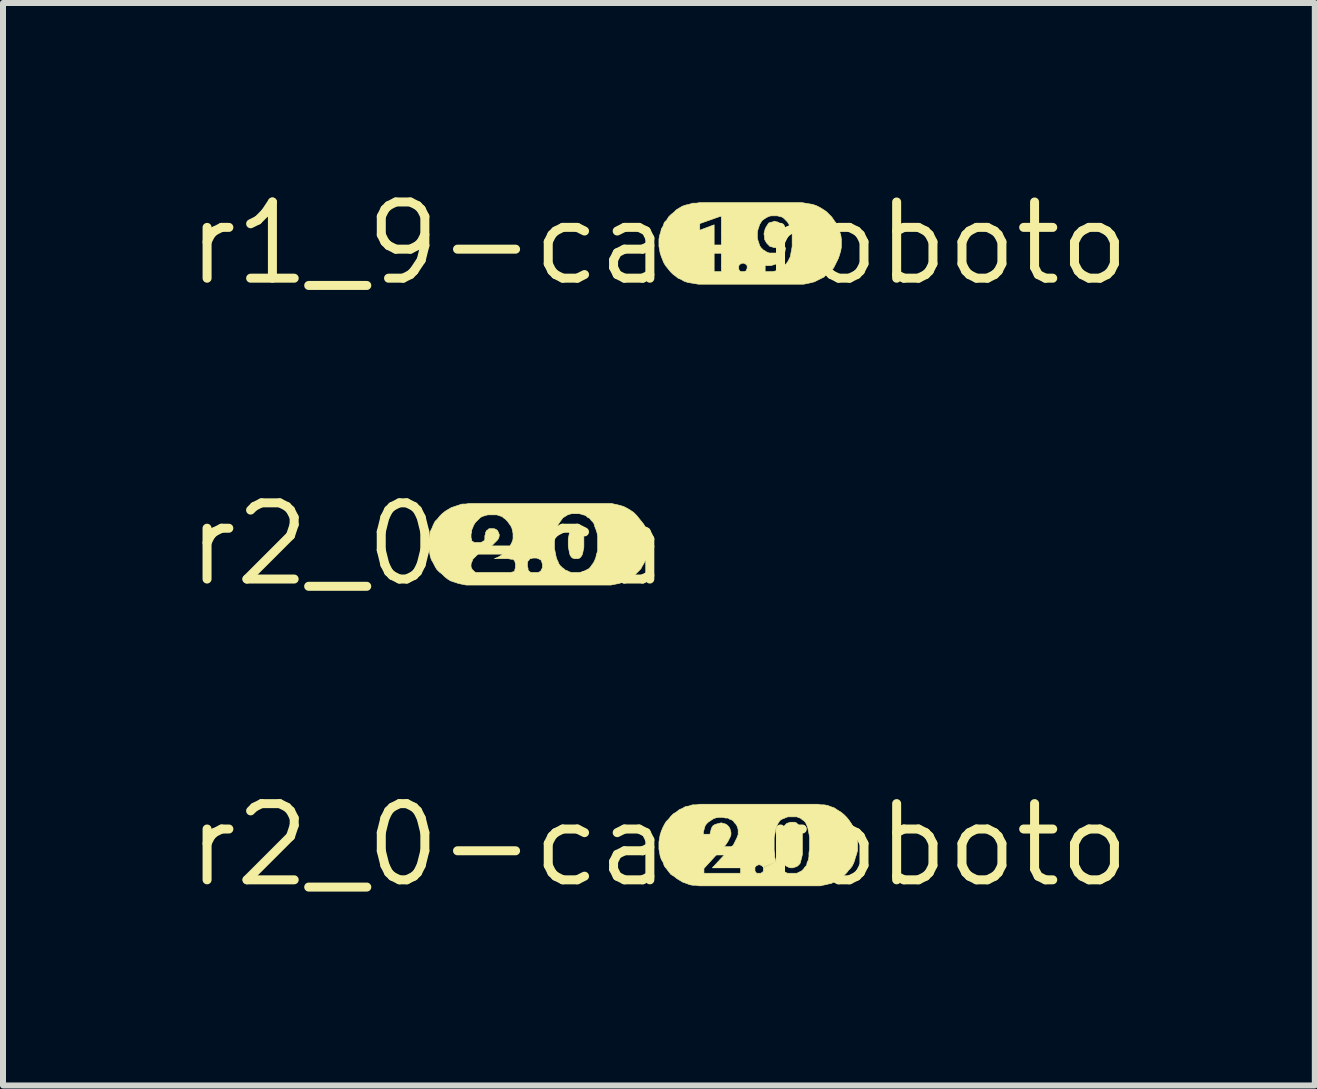
<source format=kicad_pcb>
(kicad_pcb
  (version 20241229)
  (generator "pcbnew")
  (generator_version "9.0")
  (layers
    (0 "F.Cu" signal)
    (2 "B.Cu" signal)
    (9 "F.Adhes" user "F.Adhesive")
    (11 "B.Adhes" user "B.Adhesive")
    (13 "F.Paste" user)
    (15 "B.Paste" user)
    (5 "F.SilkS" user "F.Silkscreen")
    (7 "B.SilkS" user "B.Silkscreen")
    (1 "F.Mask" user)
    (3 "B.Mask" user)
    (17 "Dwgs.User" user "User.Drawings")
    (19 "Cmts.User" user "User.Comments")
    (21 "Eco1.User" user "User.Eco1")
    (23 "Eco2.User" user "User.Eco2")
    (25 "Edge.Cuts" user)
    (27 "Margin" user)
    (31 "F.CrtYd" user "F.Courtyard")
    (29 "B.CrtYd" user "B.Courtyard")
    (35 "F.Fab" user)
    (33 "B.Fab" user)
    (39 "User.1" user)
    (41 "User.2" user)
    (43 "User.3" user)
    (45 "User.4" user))
  (footprint "r2_0-ca-roboto"
    (layer "F.Cu")
    (at 7.93 11.031)
    (property "Reference" "r2_0-ca-roboto" (at 0 0 0) (layer "F.SilkS") (effects (font (size 1.27 1.27) (thickness 0.15))))
    (attr board_only exclude_from_pos_files exclude_from_bom)
    (fp_poly (pts (xy 2.39 -0.09) (xy 2.39 -0.14) (xy 2.39 -0.19) (xy 2.38 -0.22) (xy 2.37 -0.26) (xy 2.36 -0.29) (xy 2.35 -0.31) (xy 2.33 -0.33) (xy 2.31 -0.35) (xy 2.29 -0.37) (xy 2.26 -0.38) (xy 2.22 -0.38) (xy 2.19 -0.38) (xy 2.16 -0.37) (xy 2.13 -0.36) (xy 2.11 -0.34) (xy 2.09 -0.32) (xy 2.07 -0.29) (xy 2.06 -0.26) (xy 2.05 -0.22) (xy 2.04 -0.18) (xy 2.04 -0.11) (xy 2.04 0.09) (xy 2.04 0.14) (xy 2.04 0.19) (xy 2.05 0.22) (xy 2.06 0.26) (xy 2.07 0.28) (xy 2.08 0.31) (xy 2.1 0.33) (xy 2.12 0.35) (xy 2.14 0.36) (xy 2.16 0.37) (xy 2.19 0.38) (xy 2.23 0.38) (xy 2.26 0.37) (xy 2.29 0.36) (xy 2.31 0.35) (xy 2.33 0.33) (xy 2.35 0.31) (xy 2.36 0.28) (xy 2.37 0.24) (xy 2.38 0.2) (xy 2.39 0.16) (xy 2.39 0.09) (xy 2.39 -0.09)) (stroke (width 0.01) (type solid)) (fill yes) (layer "F.SilkS"))
    (fp_poly (pts (xy 0.68 -0.68) (xy 0.62 -0.67) (xy 0.56 -0.67) (xy 0.5 -0.65) (xy 0.44 -0.64) (xy 0.39 -0.61) (xy 0.34 -0.59) (xy 0.29 -0.55) (xy 0.24 -0.52) (xy 0.2 -0.48) (xy 0.16 -0.43) (xy 0.12 -0.39) (xy 0.09 -0.34) (xy 0.06 -0.28) (xy 0.04 -0.23) (xy 0.02 -0.17) (xy 0.01 -0.11) (xy 0 -0.05) (xy 0 0.01) (xy 0 0.07) (xy 0.01 0.12) (xy 0.02 0.18) (xy 0.04 0.24) (xy 0.07 0.29) (xy 0.09 0.35) (xy 0.13 0.4) (xy 0.16 0.44) (xy 0.2 0.49) (xy 0.25 0.52) (xy 0.3 0.56) (xy 0.35 0.59) (xy 0.4 0.62) (xy 0.46 0.64) (xy 0.51 0.66) (xy 0.56 0.67) (xy 0.61 0.67) (xy 0.67 0.68) (xy 0.75 0.47) (xy 0.75 0.39) (xy 1.08 0.03) (xy 1.11 0) (xy 1.15 -0.06) (xy 1.17 -0.1) (xy 1.19 -0.14) (xy 1.2 -0.17) (xy 1.2 -0.21) (xy 1.19 -0.25) (xy 1.18 -0.28) (xy 1.16 -0.31) (xy 1.14 -0.33) (xy 1.11 -0.35) (xy 1.07 -0.36) (xy 1.04 -0.37) (xy 1 -0.36) (xy 0.96 -0.35) (xy 0.93 -0.34) (xy 0.9 -0.32) (xy 0.88 -0.29) (xy 0.87 -0.26) (xy 0.86 -0.22) (xy 0.85 -0.18) (xy 0.74 -0.18) (xy 0.74 -0.22) (xy 0.75 -0.25) (xy 0.76 -0.29) (xy 0.77 -0.32) (xy 0.79 -0.35) (xy 0.82 -0.38) (xy 0.85 -0.4) (xy 0.88 -0.42) (xy 0.91 -0.44) (xy 0.94 -0.45) (xy 0.98 -0.46) (xy 1.02 -0.46) (xy 1.07 -0.46) (xy 1.11 -0.45) (xy 1.15 -0.45) (xy 1.18 -0.43) (xy 1.21 -0.42) (xy 1.24 -0.4) (xy 1.26 -0.37) (xy 1.28 -0.35) (xy 1.3 -0.32) (xy 1.31 -0.29) (xy 1.32 -0.26) (xy 1.32 -0.22) (xy 1.32 -0.2) (xy 1.32 -0.17) (xy 1.31 -0.15) (xy 1.3 -0.12) (xy 1.27 -0.06) (xy 1.24 0) (xy 1.2 0.04) (xy 1.16 0.09) (xy 0.89 0.38) (xy 1.36 0.38) (xy 1.6 0.39) (xy 1.6 0.37) (xy 1.61 0.36) (xy 1.62 0.35) (xy 1.63 0.34) (xy 1.64 0.34) (xy 1.65 0.33) (xy 1.67 0.33) (xy 1.69 0.33) (xy 1.7 0.34) (xy 1.71 0.34) (xy 1.72 0.35) (xy 1.73 0.36) (xy 1.74 0.37) (xy 1.95 0.28) (xy 1.94 0.24) (xy 1.93 0.2) (xy 1.93 0.15) (xy 1.92 0.09) (xy 1.92 -0.12) (xy 1.93 -0.17) (xy 1.94 -0.23) (xy 1.95 -0.28) (xy 1.97 -0.33) (xy 1.99 -0.37) (xy 2.01 -0.4) (xy 2.03 -0.42) (xy 2.05 -0.43) (xy 2.07 -0.44) (xy 2.1 -0.45) (xy 2.12 -0.46) (xy 2.15 -0.47) (xy 2.18 -0.47) (xy 2.21 -0.47) (xy 2.24 -0.47) (xy 2.27 -0.47) (xy 2.3 -0.47) (xy 2.32 -0.46) (xy 2.35 -0.45) (xy 2.37 -0.44) (xy 2.39 -0.42) (xy 2.41 -0.41) (xy 2.44 -0.38) (xy 2.46 -0.34) (xy 2.48 -0.29) (xy 2.49 -0.24) (xy 2.5 -0.19) (xy 2.51 -0.13) (xy 2.51 0.07) (xy 2.5 0.13) (xy 2.5 0.19) (xy 2.49 0.25) (xy 2.47 0.29) (xy 2.46 0.34) (xy 2.43 0.37) (xy 2.41 0.4) (xy 2.38 0.43) (xy 2.36 0.44) (xy 2.34 0.45) (xy 2.3 0.47) (xy 2.25 0.47) (xy 2.19 0.47) (xy 2.14 0.47) (xy 2.1 0.45) (xy 2.06 0.43) (xy 2.02 0.41) (xy 2 0.38) (xy 1.98 0.35) (xy 1.96 0.32) (xy 1.95 0.28) (xy 1.74 0.38) (xy 1.74 0.39) (xy 1.74 0.41) (xy 1.74 0.42) (xy 1.74 0.43) (xy 1.73 0.45) (xy 1.72 0.46) (xy 1.71 0.46) (xy 1.7 0.47) (xy 1.69 0.47) (xy 1.67 0.47) (xy 1.65 0.47) (xy 1.64 0.47) (xy 1.63 0.47) (xy 1.62 0.46) (xy 1.61 0.45) (xy 1.6 0.43) (xy 1.6 0.42) (xy 1.6 0.41) (xy 1.6 0.39) (xy 1.36 0.38) (xy 1.36 0.47) (xy 0.75 0.47) (xy 0.67 0.68) (xy 2.64 0.68) (xy 2.69 0.68) (xy 2.73 0.67) (xy 2.78 0.66) (xy 2.82 0.65) (xy 2.87 0.64) (xy 2.91 0.62) (xy 2.95 0.6) (xy 2.99 0.58) (xy 3.03 0.55) (xy 3.07 0.52) (xy 3.1 0.49) (xy 3.13 0.46) (xy 3.16 0.42) (xy 3.19 0.39) (xy 3.22 0.35) (xy 3.24 0.31) (xy 3.26 0.26) (xy 3.27 0.22) (xy 3.29 0.16) (xy 3.31 0.09) (xy 3.31 0.03) (xy 3.31 -0.04) (xy 3.3 -0.11) (xy 3.29 -0.17) (xy 3.27 -0.23) (xy 3.24 -0.3) (xy 3.21 -0.35) (xy 3.17 -0.41) (xy 3.13 -0.46) (xy 3.08 -0.51) (xy 3.03 -0.55) (xy 2.98 -0.58) (xy 2.92 -0.62) (xy 2.86 -0.64) (xy 2.81 -0.66) (xy 2.75 -0.67) (xy 2.7 -0.67) (xy 2.65 -0.68) (xy 0.68 -0.68)) (stroke (width 0.01) (type solid)) (fill yes) (layer "F.SilkS")))
  (footprint "r1_9-ca-roboto"
    (layer "F.Cu")
    (at 7.93 1.006)
    (property "Reference" "r1_9-ca-roboto" (at 0 0 0) (layer "F.SilkS") (effects (font (size 1.27 1.27) (thickness 0.15))))
    (attr board_only exclude_from_pos_files exclude_from_bom)
    (fp_poly (pts (xy 1.92 0.07) (xy 1.95 0.07) (xy 1.98 0.06) (xy 2.01 0.05) (xy 2.03 0.03) (xy 2.06 0.01) (xy 2.08 -0.01) (xy 2.09 -0.03) (xy 2.11 -0.06) (xy 2.11 -0.13) (xy 2.1 -0.18) (xy 2.09 -0.23) (xy 2.07 -0.27) (xy 2.06 -0.29) (xy 2.04 -0.31) (xy 2.03 -0.33) (xy 2.01 -0.34) (xy 1.99 -0.35) (xy 1.97 -0.36) (xy 1.95 -0.36) (xy 1.93 -0.37) (xy 1.9 -0.36) (xy 1.86 -0.35) (xy 1.83 -0.34) (xy 1.81 -0.31) (xy 1.79 -0.28) (xy 1.77 -0.24) (xy 1.76 -0.2) (xy 1.75 -0.16) (xy 1.76 -0.11) (xy 1.76 -0.07) (xy 1.78 -0.03) (xy 1.8 0) (xy 1.83 0.03) (xy 1.85 0.05) (xy 1.89 0.06) (xy 1.92 0.07)) (stroke (width 0.01) (type solid)) (fill yes) (layer "F.SilkS"))
    (fp_poly (pts (xy 0.68 -0.68) (xy 0.62 -0.67) (xy 0.56 -0.67) (xy 0.5 -0.65) (xy 0.45 -0.64) (xy 0.39 -0.62) (xy 0.34 -0.59) (xy 0.29 -0.56) (xy 0.25 -0.52) (xy 0.2 -0.48) (xy 0.16 -0.44) (xy 0.13 -0.39) (xy 0.09 -0.35) (xy 0.07 -0.29) (xy 0.04 -0.24) (xy 0.03 -0.19) (xy 0.01 -0.13) (xy 0 -0.07) (xy 0 -0.01) (xy 0 0.05) (xy 0.01 0.1) (xy 0.02 0.16) (xy 0.04 0.22) (xy 0.06 0.27) (xy 0.08 0.32) (xy 0.11 0.37) (xy 0.15 0.42) (xy 0.19 0.47) (xy 0.23 0.51) (xy 0.27 0.54) (xy 0.32 0.58) (xy 0.37 0.6) (xy 0.42 0.63) (xy 0.48 0.65) (xy 0.54 0.66) (xy 0.6 0.67) (xy 0.66 0.68) (xy 0.92 0.47) (xy 0.92 -0.31) (xy 0.68 -0.22) (xy 0.68 -0.33) (xy 1.02 -0.45) (xy 1.04 -0.45) (xy 1.04 0.47) (xy 1.33 0.42) (xy 1.33 0.41) (xy 1.33 0.39) (xy 1.33 0.37) (xy 1.34 0.36) (xy 1.35 0.35) (xy 1.36 0.34) (xy 1.37 0.34) (xy 1.38 0.33) (xy 1.4 0.33) (xy 1.42 0.33) (xy 1.43 0.34) (xy 1.44 0.34) (xy 1.45 0.35) (xy 1.46 0.36) (xy 1.47 0.37) (xy 1.47 0.39) (xy 1.78 0.37) (xy 1.82 0.37) (xy 1.86 0.37) (xy 1.9 0.36) (xy 1.93 0.35) (xy 1.96 0.34) (xy 1.99 0.32) (xy 2.02 0.3) (xy 2.04 0.28) (xy 2.05 0.26) (xy 2.07 0.24) (xy 2.08 0.21) (xy 2.09 0.19) (xy 2.1 0.13) (xy 2.11 0.07) (xy 2.08 0.09) (xy 2.06 0.11) (xy 2.03 0.13) (xy 2 0.14) (xy 1.98 0.15) (xy 1.95 0.16) (xy 1.93 0.16) (xy 1.9 0.16) (xy 1.87 0.16) (xy 1.84 0.16) (xy 1.81 0.15) (xy 1.79 0.14) (xy 1.76 0.12) (xy 1.74 0.11) (xy 1.72 0.09) (xy 1.7 0.07) (xy 1.68 0.04) (xy 1.67 0.01) (xy 1.66 -0.02) (xy 1.65 -0.05) (xy 1.64 -0.09) (xy 1.64 -0.12) (xy 1.64 -0.16) (xy 1.64 -0.19) (xy 1.65 -0.23) (xy 1.66 -0.26) (xy 1.67 -0.29) (xy 1.68 -0.32) (xy 1.7 -0.35) (xy 1.71 -0.37) (xy 1.73 -0.39) (xy 1.76 -0.41) (xy 1.79 -0.43) (xy 1.83 -0.45) (xy 1.87 -0.46) (xy 1.92 -0.46) (xy 1.97 -0.46) (xy 2.01 -0.45) (xy 2.05 -0.44) (xy 2.08 -0.42) (xy 2.11 -0.39) (xy 2.14 -0.36) (xy 2.16 -0.33) (xy 2.18 -0.29) (xy 2.2 -0.25) (xy 2.21 -0.2) (xy 2.22 -0.15) (xy 2.22 -0.1) (xy 2.22 -0.02) (xy 2.22 0.05) (xy 2.21 0.11) (xy 2.2 0.16) (xy 2.19 0.22) (xy 2.17 0.26) (xy 2.15 0.3) (xy 2.12 0.34) (xy 2.09 0.37) (xy 2.06 0.4) (xy 2.02 0.42) (xy 1.98 0.44) (xy 1.94 0.46) (xy 1.89 0.47) (xy 1.83 0.47) (xy 1.77 0.47) (xy 1.77 0.37) (xy 1.47 0.39) (xy 1.47 0.41) (xy 1.47 0.42) (xy 1.46 0.43) (xy 1.46 0.45) (xy 1.45 0.46) (xy 1.44 0.46) (xy 1.43 0.47) (xy 1.41 0.47) (xy 1.4 0.47) (xy 1.38 0.47) (xy 1.37 0.47) (xy 1.36 0.47) (xy 1.35 0.46) (xy 1.34 0.45) (xy 1.33 0.43) (xy 1.33 0.42) (xy 1.04 0.47) (xy 0.92 0.47) (xy 0.66 0.68) (xy 2.37 0.68) (xy 2.41 0.68) (xy 2.46 0.67) (xy 2.51 0.66) (xy 2.55 0.65) (xy 2.59 0.64) (xy 2.63 0.62) (xy 2.67 0.6) (xy 2.71 0.58) (xy 2.75 0.56) (xy 2.78 0.53) (xy 2.82 0.5) (xy 2.85 0.47) (xy 2.88 0.44) (xy 2.91 0.41) (xy 2.93 0.37) (xy 2.95 0.33) (xy 2.97 0.29) (xy 2.99 0.25) (xy 3.01 0.19) (xy 3.03 0.12) (xy 3.04 0.06) (xy 3.04 -0.01) (xy 3.04 -0.07) (xy 3.03 -0.14) (xy 3.01 -0.2) (xy 2.99 -0.27) (xy 2.96 -0.33) (xy 2.92 -0.38) (xy 2.88 -0.44) (xy 2.84 -0.48) (xy 2.79 -0.53) (xy 2.73 -0.57) (xy 2.68 -0.6) (xy 2.62 -0.63) (xy 2.56 -0.65) (xy 2.5 -0.66) (xy 2.44 -0.67) (xy 2.38 -0.68) (xy 0.68 -0.68)) (stroke (width 0.01) (type solid)) (fill yes) (layer "F.SilkS")))
  (footprint "r2_0-ca"
    (layer "F.Cu")
    (at 4.089 6.019)
    (property "Reference" "r2_0-ca" (at 0 0 0) (layer "F.SilkS") (effects (font (size 1.27 1.27) (thickness 0.15))))
    (attr board_only exclude_from_pos_files exclude_from_bom)
    (fp_poly (pts (xy 2.46 0.24) (xy 2.49 0.24) (xy 2.52 0.23) (xy 2.54 0.21) (xy 2.56 0.18) (xy 2.57 0.15) (xy 2.58 0.1) (xy 2.59 0.05) (xy 2.59 -0.01) (xy 2.59 -0.07) (xy 2.59 -0.13) (xy 2.58 -0.18) (xy 2.56 -0.21) (xy 2.54 -0.24) (xy 2.53 -0.26) (xy 2.52 -0.27) (xy 2.51 -0.27) (xy 2.49 -0.28) (xy 2.48 -0.28) (xy 2.46 -0.28) (xy 2.43 -0.28) (xy 2.42 -0.28) (xy 2.41 -0.27) (xy 2.38 -0.25) (xy 2.36 -0.22) (xy 2.35 -0.19) (xy 2.34 -0.14) (xy 2.33 -0.09) (xy 2.33 -0.03) (xy 2.33 0.03) (xy 2.34 0.09) (xy 2.35 0.14) (xy 2.36 0.18) (xy 2.38 0.21) (xy 2.39 0.22) (xy 2.4 0.23) (xy 2.41 0.23) (xy 2.43 0.24) (xy 2.44 0.24) (xy 2.46 0.24)) (stroke (width 0.01) (type solid)) (fill yes) (layer "F.SilkS"))
    (fp_poly (pts (xy 0.68 -0.68) (xy 0.62 -0.67) (xy 0.56 -0.67) (xy 0.5 -0.65) (xy 0.44 -0.63) (xy 0.38 -0.61) (xy 0.33 -0.58) (xy 0.28 -0.55) (xy 0.23 -0.51) (xy 0.19 -0.47) (xy 0.15 -0.42) (xy 0.11 -0.38) (xy 0.08 -0.32) (xy 0.06 -0.27) (xy 0.03 -0.21) (xy 0.02 -0.16) (xy 0.01 -0.1) (xy 0 -0.04) (xy 0 0.02) (xy 0.01 0.08) (xy 0.02 0.14) (xy 0.03 0.2) (xy 0.05 0.26) (xy 0.08 0.31) (xy 0.11 0.37) (xy 0.14 0.42) (xy 0.18 0.46) (xy 0.23 0.5) (xy 0.27 0.54) (xy 0.32 0.58) (xy 0.37 0.61) (xy 0.43 0.63) (xy 0.49 0.65) (xy 0.53 0.66) (xy 0.58 0.67) (xy 0.63 0.68) (xy 0.67 0.68) (xy 0.77 0.46) (xy 0.75 0.44) (xy 0.73 0.42) (xy 0.72 0.4) (xy 0.71 0.38) (xy 0.71 0.36) (xy 0.71 0.33) (xy 0.72 0.3) (xy 0.73 0.28) (xy 0.74 0.25) (xy 0.76 0.23) (xy 0.8 0.19) (xy 0.84 0.15) (xy 0.87 0.13) (xy 1.03 0.04) (xy 1.06 0.02) (xy 1.09 -0.01) (xy 1.12 -0.04) (xy 1.15 -0.07) (xy 1.17 -0.1) (xy 1.18 -0.14) (xy 1.18 -0.16) (xy 1.17 -0.19) (xy 1.16 -0.21) (xy 1.15 -0.23) (xy 1.12 -0.25) (xy 1.09 -0.26) (xy 1.06 -0.26) (xy 1.03 -0.26) (xy 1.01 -0.26) (xy 0.99 -0.24) (xy 0.97 -0.23) (xy 0.96 -0.21) (xy 0.95 -0.19) (xy 0.95 -0.17) (xy 0.94 -0.14) (xy 0.94 -0.11) (xy 0.94 -0.08) (xy 0.93 -0.06) (xy 0.91 -0.05) (xy 0.9 -0.04) (xy 0.87 -0.03) (xy 0.85 -0.03) (xy 0.81 -0.03) (xy 0.79 -0.03) (xy 0.76 -0.03) (xy 0.75 -0.04) (xy 0.73 -0.05) (xy 0.72 -0.06) (xy 0.72 -0.08) (xy 0.71 -0.11) (xy 0.71 -0.14) (xy 0.71 -0.17) (xy 0.72 -0.2) (xy 0.72 -0.23) (xy 0.73 -0.26) (xy 0.74 -0.28) (xy 0.75 -0.31) (xy 0.78 -0.36) (xy 0.82 -0.4) (xy 0.84 -0.42) (xy 0.86 -0.44) (xy 0.89 -0.46) (xy 0.92 -0.47) (xy 0.95 -0.48) (xy 0.99 -0.49) (xy 1.02 -0.49) (xy 1.06 -0.49) (xy 1.1 -0.49) (xy 1.14 -0.49) (xy 1.17 -0.48) (xy 1.2 -0.47) (xy 1.23 -0.46) (xy 1.25 -0.44) (xy 1.28 -0.42) (xy 1.3 -0.4) (xy 1.32 -0.38) (xy 1.34 -0.35) (xy 1.37 -0.31) (xy 1.39 -0.27) (xy 1.4 -0.23) (xy 1.41 -0.18) (xy 1.41 -0.14) (xy 1.41 -0.09) (xy 1.4 -0.05) (xy 1.38 -0.01) (xy 1.36 0.03) (xy 1.34 0.07) (xy 1.31 0.1) (xy 1.27 0.13) (xy 1.23 0.17) (xy 1.19 0.2) (xy 1.15 0.22) (xy 1.1 0.24) (xy 1.33 0.24) (xy 1.38 0.25) (xy 1.41 0.25) (xy 1.42 0.26) (xy 1.43 0.27) (xy 1.44 0.28) (xy 1.44 0.29) (xy 1.45 0.32) (xy 1.45 0.35) (xy 1.65 0.37) (xy 1.65 0.31) (xy 1.65 0.3) (xy 1.66 0.28) (xy 1.67 0.27) (xy 1.68 0.26) (xy 1.69 0.24) (xy 1.71 0.24) (xy 1.74 0.23) (xy 1.77 0.23) (xy 1.8 0.23) (xy 1.83 0.24) (xy 1.85 0.25) (xy 1.87 0.26) (xy 1.88 0.27) (xy 1.89 0.3) (xy 2.13 0.22) (xy 2.12 0.17) (xy 2.11 0.12) (xy 2.1 0.07) (xy 2.1 0.02) (xy 2.1 -0.04) (xy 2.1 -0.09) (xy 2.11 -0.14) (xy 2.11 -0.18) (xy 2.12 -0.22) (xy 2.14 -0.27) (xy 2.15 -0.31) (xy 2.17 -0.34) (xy 2.19 -0.37) (xy 2.24 -0.44) (xy 2.32 -0.49) (xy 2.35 -0.5) (xy 2.39 -0.51) (xy 2.43 -0.51) (xy 2.47 -0.51) (xy 2.51 -0.51) (xy 2.55 -0.5) (xy 2.58 -0.49) (xy 2.62 -0.48) (xy 2.65 -0.45) (xy 2.69 -0.43) (xy 2.71 -0.4) (xy 2.74 -0.37) (xy 2.76 -0.34) (xy 2.77 -0.3) (xy 2.79 -0.25) (xy 2.81 -0.19) (xy 2.82 -0.13) (xy 2.82 -0.07) (xy 2.82 -0.01) (xy 2.82 0.05) (xy 2.82 0.11) (xy 2.8 0.17) (xy 2.79 0.22) (xy 2.77 0.27) (xy 2.75 0.31) (xy 2.72 0.35) (xy 2.7 0.38) (xy 2.67 0.41) (xy 2.63 0.43) (xy 2.59 0.45) (xy 2.56 0.46) (xy 2.53 0.47) (xy 2.49 0.47) (xy 2.45 0.47) (xy 2.42 0.47) (xy 2.38 0.47) (xy 2.35 0.46) (xy 2.31 0.44) (xy 2.28 0.43) (xy 2.26 0.41) (xy 2.23 0.39) (xy 2.21 0.37) (xy 2.19 0.35) (xy 2.17 0.32) (xy 2.16 0.29) (xy 2.14 0.25) (xy 2.13 0.22) (xy 1.89 0.3) (xy 1.9 0.33) (xy 1.9 0.36) (xy 1.9 0.39) (xy 1.89 0.41) (xy 1.88 0.43) (xy 1.87 0.45) (xy 1.85 0.46) (xy 1.83 0.47) (xy 1.81 0.47) (xy 1.78 0.47) (xy 1.74 0.47) (xy 1.71 0.47) (xy 1.69 0.46) (xy 1.68 0.45) (xy 1.66 0.43) (xy 1.66 0.4) (xy 1.65 0.37) (xy 1.45 0.35) (xy 1.45 0.39) (xy 1.44 0.42) (xy 1.44 0.44) (xy 1.43 0.45) (xy 1.42 0.46) (xy 1.41 0.46) (xy 1.37 0.47) (xy 1.34 0.47) (xy 0.82 0.47) (xy 0.79 0.47) (xy 0.77 0.46) (xy 0.67 0.68) (xy 3 0.68) (xy 3.04 0.68) (xy 3.09 0.67) (xy 3.14 0.66) (xy 3.19 0.65) (xy 3.23 0.63) (xy 3.28 0.62) (xy 3.32 0.59) (xy 3.36 0.57) (xy 3.4 0.54) (xy 3.44 0.51) (xy 3.47 0.48) (xy 3.51 0.44) (xy 3.54 0.41) (xy 3.56 0.37) (xy 3.59 0.32) (xy 3.61 0.28) (xy 3.63 0.24) (xy 3.64 0.19) (xy 3.66 0.13) (xy 3.67 0.06) (xy 3.67 -0.01) (xy 3.67 -0.07) (xy 3.66 -0.14) (xy 3.64 -0.2) (xy 3.62 -0.27) (xy 3.59 -0.33) (xy 3.55 -0.38) (xy 3.51 -0.43) (xy 3.47 -0.48) (xy 3.42 -0.53) (xy 3.36 -0.57) (xy 3.31 -0.6) (xy 3.25 -0.63) (xy 3.18 -0.65) (xy 3.14 -0.66) (xy 3.09 -0.67) (xy 3.05 -0.68) (xy 3 -0.68) (xy 0.68 -0.68)) (stroke (width 0.01) (type solid)) (fill yes) (layer "F.SilkS")))
  (gr_rect
    (start -3 -3)
    (end 18.859 15.037)
    (stroke (width 0.1) (type default))
    (fill no)
    (layer "Edge.Cuts")))
</source>
